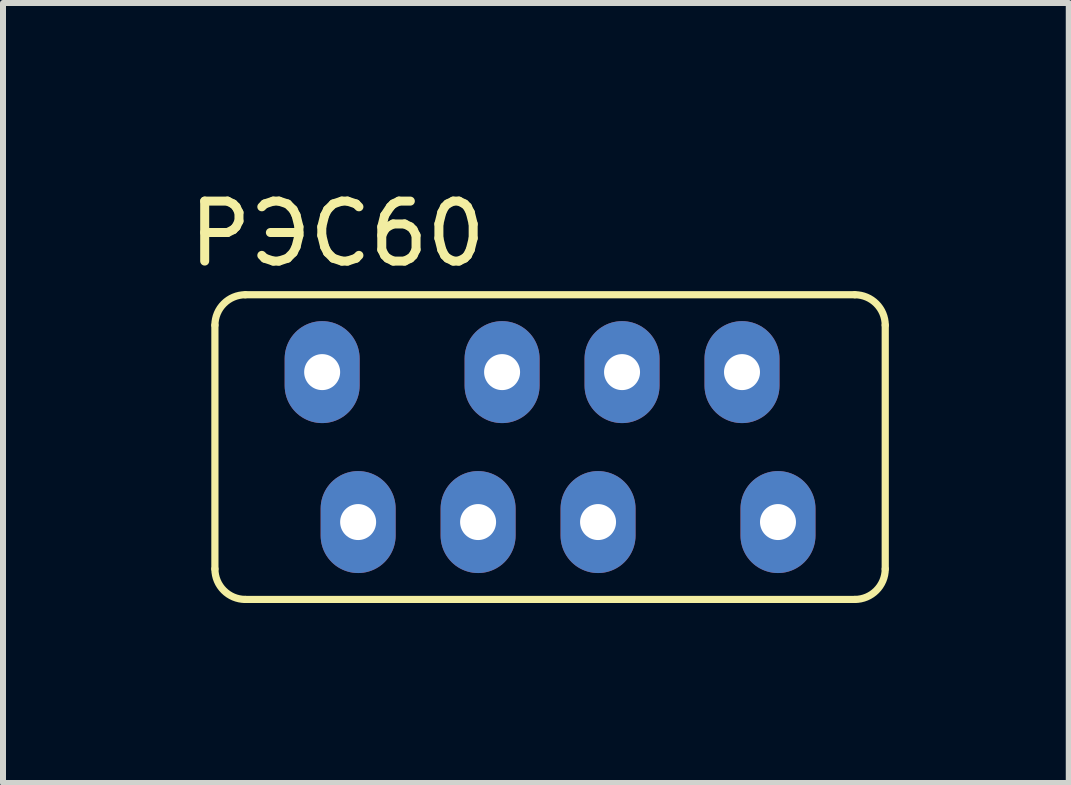
<source format=kicad_pcb>
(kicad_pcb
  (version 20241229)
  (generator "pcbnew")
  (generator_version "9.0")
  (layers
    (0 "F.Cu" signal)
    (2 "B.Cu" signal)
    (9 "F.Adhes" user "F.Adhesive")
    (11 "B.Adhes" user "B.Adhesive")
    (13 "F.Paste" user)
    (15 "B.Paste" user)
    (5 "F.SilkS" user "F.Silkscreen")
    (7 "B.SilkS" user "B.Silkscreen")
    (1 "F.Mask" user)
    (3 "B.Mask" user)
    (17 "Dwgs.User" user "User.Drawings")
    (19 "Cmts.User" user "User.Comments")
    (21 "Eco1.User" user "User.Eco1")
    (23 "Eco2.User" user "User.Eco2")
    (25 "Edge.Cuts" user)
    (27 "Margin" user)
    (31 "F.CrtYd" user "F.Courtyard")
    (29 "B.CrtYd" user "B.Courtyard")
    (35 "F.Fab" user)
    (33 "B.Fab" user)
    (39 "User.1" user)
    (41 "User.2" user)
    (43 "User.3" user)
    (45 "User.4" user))
  (footprint "РЭС60"
    (layer "F.Cu")
    (at 6.133 4.404)
    (property "Reference" "РЭС60" (at -3.556 -3.556 0) (layer "F.SilkS") (effects (font (size 1 1) (thickness 0.15))))
    (attr through_hole)
    (fp_line (start -5.6 2.032) (end -5.6 -2.032) (stroke (width 0.12) (type solid)) (layer "F.SilkS"))
    (fp_line (start -5.092 2.54) (end 5.068 2.54) (stroke (width 0.12) (type solid)) (layer "F.SilkS"))
    (fp_line (start 5.068 -2.54) (end -5.092 -2.54) (stroke (width 0.12) (type solid)) (layer "F.SilkS"))
    (fp_line (start 5.576 -2.032) (end 5.576 2.032) (stroke (width 0.12) (type solid)) (layer "F.SilkS"))
    (fp_arc (start -5.6 -2.032) (mid -5.45121 -2.39121) (end -5.092 -2.54) (stroke (width 0.12) (type solid)) (layer "F.SilkS"))
    (fp_arc (start -5.092 2.54) (mid -5.45121 2.39121) (end -5.6 2.032) (stroke (width 0.12) (type solid)) (layer "F.SilkS"))
    (fp_arc (start 5.068 -2.54) (mid 5.42721 -2.39121) (end 5.576 -2.032) (stroke (width 0.12) (type solid)) (layer "F.SilkS"))
    (fp_arc (start 5.576 2.032) (mid 5.42721 2.39121) (end 5.068 2.54) (stroke (width 0.12) (type solid)) (layer "F.SilkS"))
    (pad "11" thru_hole oval (at 3.188 -1.25) (size 1.25 1.7) (drill 0.6) (layers "*.Cu" "*.Mask"))
    (pad "12" thru_hole oval (at -1.212 1.25) (size 1.25 1.7) (drill 0.6) (layers "*.Cu" "*.Mask"))
    (pad "13" thru_hole oval (at 3.788 1.25) (size 1.25 1.7) (drill 0.6) (layers "*.Cu" "*.Mask"))
    (pad "21" thru_hole oval (at -3.212 1.25) (size 1.25 1.7) (drill 0.6) (layers "*.Cu" "*.Mask"))
    (pad "22" thru_hole oval (at 1.188 -1.25) (size 1.25 1.7) (drill 0.6) (layers "*.Cu" "*.Mask"))
    (pad "23" thru_hole oval (at -3.812 -1.25) (size 1.25 1.7) (drill 0.6) (layers "*.Cu" "*.Mask"))
    (pad "A" thru_hole oval (at -0.812 -1.25) (size 1.25 1.7) (drill 0.6) (layers "*.Cu" "*.Mask"))
    (pad "B" thru_hole oval (at 0.788 1.25) (size 1.25 1.7) (drill 0.6) (layers "*.Cu" "*.Mask")))
  (gr_rect
    (start -3 -3)
    (end 14.769 10.004)
    (stroke (width 0.1) (type default))
    (fill no)
    (layer "Edge.Cuts")))
</source>
